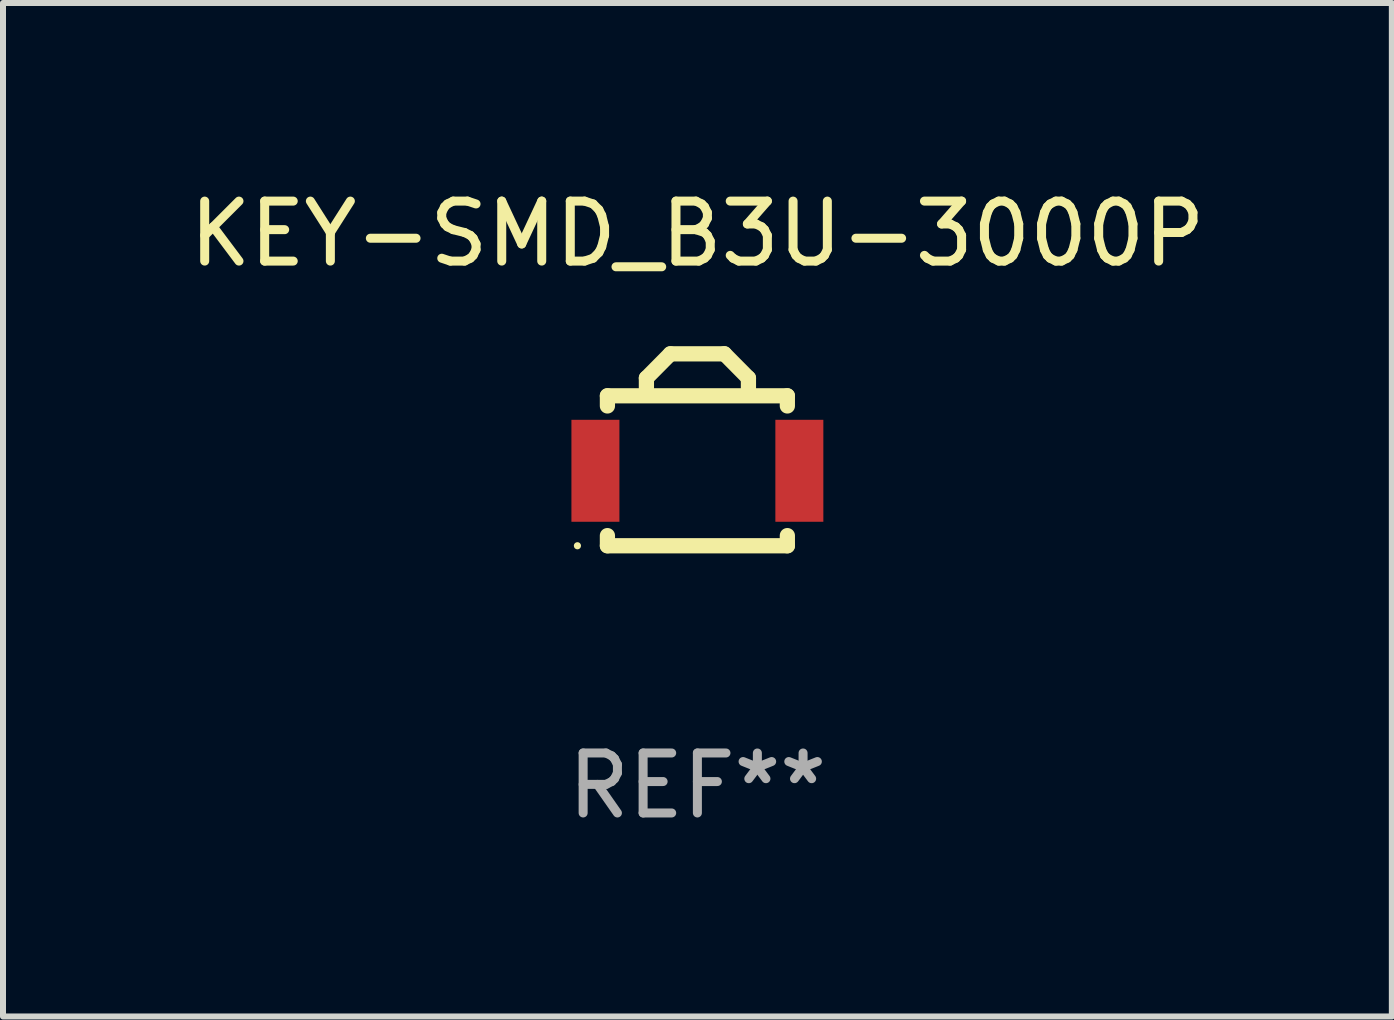
<source format=kicad_pcb>
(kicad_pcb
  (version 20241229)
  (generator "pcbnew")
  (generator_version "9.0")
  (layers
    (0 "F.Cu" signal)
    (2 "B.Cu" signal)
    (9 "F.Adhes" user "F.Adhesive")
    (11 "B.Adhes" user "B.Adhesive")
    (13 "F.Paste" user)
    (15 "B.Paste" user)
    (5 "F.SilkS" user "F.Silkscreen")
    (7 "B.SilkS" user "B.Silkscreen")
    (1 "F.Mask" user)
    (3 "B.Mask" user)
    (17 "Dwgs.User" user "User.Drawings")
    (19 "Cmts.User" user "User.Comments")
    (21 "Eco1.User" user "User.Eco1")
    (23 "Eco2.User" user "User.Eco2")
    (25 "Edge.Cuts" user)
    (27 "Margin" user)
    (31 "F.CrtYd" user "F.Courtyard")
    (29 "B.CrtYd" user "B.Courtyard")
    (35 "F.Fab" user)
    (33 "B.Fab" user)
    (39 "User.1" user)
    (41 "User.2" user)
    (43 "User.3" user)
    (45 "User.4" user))
  (footprint "KEY-SMD_B3U-3000P"
    (layer "F.Cu")
    (at 8.577 4.799)
    (property "Reference" "KEY-SMD_B3U-3000P" (at 0 -3.951 0) (layer "F.SilkS") (effects (font (size 1 1) (thickness 0.15))))
    (attr through_hole)
    (fp_line (start -1.5 -1.25) (end -1.5 -1.081) (stroke (width 0.254) (type solid)) (layer "F.SilkS"))
    (fp_line (start -1.5 -1.25) (end 1.5 -1.25) (stroke (width 0.254) (type solid)) (layer "F.SilkS"))
    (fp_line (start -1.5 1.081) (end -1.5 1.25) (stroke (width 0.254) (type solid)) (layer "F.SilkS"))
    (fp_line (start -1.5 1.25) (end 1.5 1.25) (stroke (width 0.254) (type solid)) (layer "F.SilkS"))
    (fp_line (start -0.85 -1.546) (end -0.85 -1.38) (stroke (width 0.254) (type solid)) (layer "F.SilkS"))
    (fp_line (start -0.45 -1.95) (end -0.85 -1.546) (stroke (width 0.254) (type solid)) (layer "F.SilkS"))
    (fp_line (start 0.45 -1.951) (end 0.851 -1.546) (stroke (width 0.254) (type solid)) (layer "F.SilkS"))
    (fp_line (start 0.45 -1.95) (end -0.45 -1.95) (stroke (width 0.254) (type solid)) (layer "F.SilkS"))
    (fp_line (start 0.851 -1.546) (end 0.851 -1.379) (stroke (width 0.254) (type solid)) (layer "F.SilkS"))
    (fp_line (start 1.5 -1.081) (end 1.5 -1.25) (stroke (width 0.254) (type solid)) (layer "F.SilkS"))
    (fp_line (start 1.5 1.25) (end 1.5 1.081) (stroke (width 0.254) (type solid)) (layer "F.SilkS"))
    (fp_circle (center -2 1.25) (end -1.97 1.25) (stroke (width 0.06) (type solid)) (fill no) (layer "F.SilkS"))
    (fp_text user "REF**" (at 0 5.25 0) (layer "F.Fab") (effects (font (size 1 1) (thickness 0.15))))
    (pad "1" smd rect (at -1.7 0) (size 0.8 1.7) (layers "F.Cu" "F.Mask" "F.Paste"))
    (pad "2" smd rect (at 1.7 0) (size 0.8 1.7) (layers "F.Cu" "F.Mask" "F.Paste")))
  (gr_rect
    (start -3 -3)
    (end 20.155 13.897)
    (stroke (width 0.1) (type default))
    (fill no)
    (layer "Edge.Cuts")))
</source>
